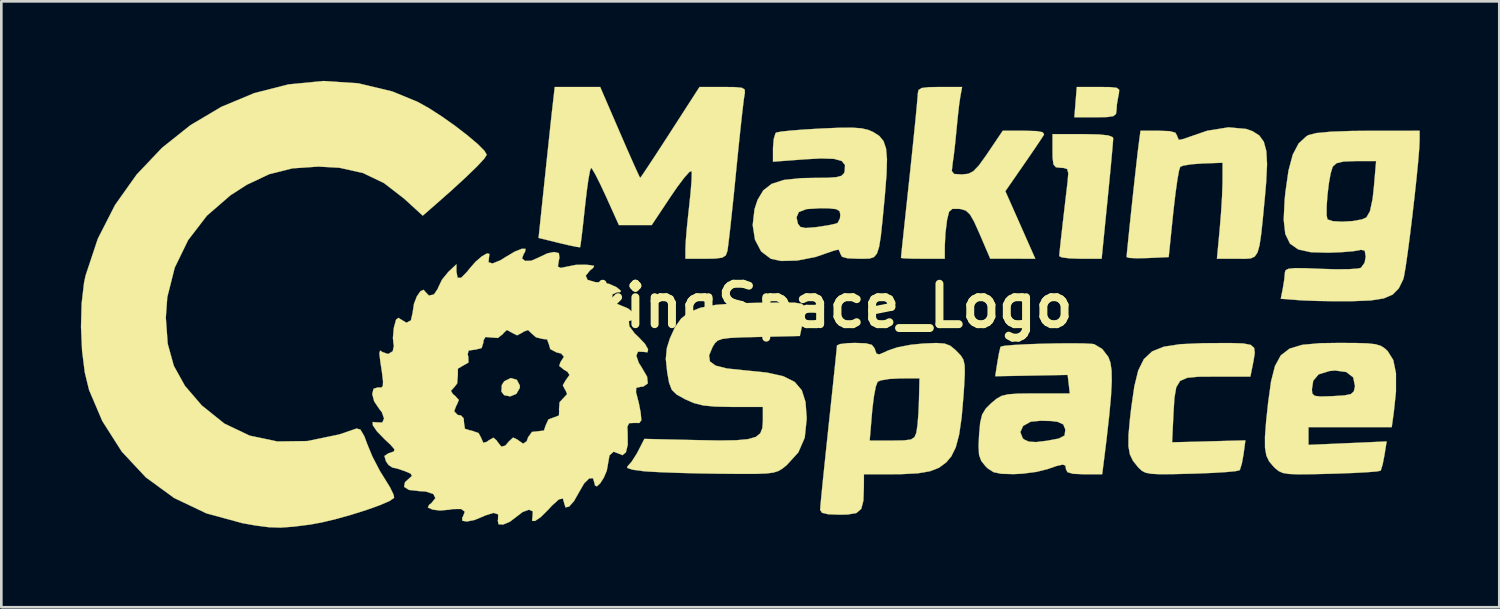
<source format=kicad_pcb>
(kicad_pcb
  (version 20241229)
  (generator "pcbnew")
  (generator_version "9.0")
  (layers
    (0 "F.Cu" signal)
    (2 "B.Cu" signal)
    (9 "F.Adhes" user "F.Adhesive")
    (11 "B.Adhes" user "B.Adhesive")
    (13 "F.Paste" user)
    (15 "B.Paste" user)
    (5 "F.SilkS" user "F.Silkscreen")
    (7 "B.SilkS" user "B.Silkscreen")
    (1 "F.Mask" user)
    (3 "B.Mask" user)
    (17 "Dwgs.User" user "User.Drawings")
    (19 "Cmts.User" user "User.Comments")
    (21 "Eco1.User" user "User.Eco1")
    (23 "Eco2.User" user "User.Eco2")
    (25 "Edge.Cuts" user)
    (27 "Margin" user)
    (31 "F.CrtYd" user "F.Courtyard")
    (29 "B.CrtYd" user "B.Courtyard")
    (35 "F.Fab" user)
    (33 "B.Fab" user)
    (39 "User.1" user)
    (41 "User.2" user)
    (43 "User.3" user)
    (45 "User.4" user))
  (footprint "CoMakingSpace_Logo"
    (layer "F.Cu")
    (at 25.338 8.485)
    (property "Reference" "CoMakingSpace_Logo" (at 0 0 0) (layer "F.SilkS") (effects (font (size 1.524 1.524) (thickness 0.3))))
    (attr through_hole)
    (fp_poly (pts (xy -8.898 2.787) (xy -8.785 3.003) (xy -8.788 3.096) (xy -8.914 3.315) (xy -9.145 3.413) (xy -9.374 3.368) (xy -9.479 3.238) (xy -9.465 2.985) (xy -9.374 2.843) (xy -9.125 2.721) (xy -8.898 2.787)) (stroke (width 0.01) (type solid)) (fill yes) (layer "F.SilkS"))
    (fp_poly (pts (xy 13.488 -8.25) (xy 13.728 -8.222) (xy 13.817 -8.15) (xy 13.808 -8.017) (xy 13.796 -7.969) (xy 13.731 -7.601) (xy 13.718 -7.398) (xy 13.697 -7.242) (xy 13.597 -7.156) (xy 13.362 -7.12) (xy 12.931 -7.112) (xy 12.921 -7.112) (xy 12.127 -7.112) (xy 12.172 -7.684) (xy 12.218 -8.255) (xy 13.045 -8.255) (xy 13.488 -8.25)) (stroke (width 0.01) (type solid)) (fill yes) (layer "F.SilkS"))
    (fp_poly (pts (xy 13.036 -6.466) (xy 13.402 -6.429) (xy 13.571 -6.363) (xy 13.591 -6.318) (xy 13.579 -6.145) (xy 13.546 -5.763) (xy 13.496 -5.218) (xy 13.432 -4.555) (xy 13.374 -3.969) (xy 13.155 -1.778) (xy 12.356 -1.778) (xy 11.943 -1.792) (xy 11.655 -1.83) (xy 11.557 -1.877) (xy 11.572 -2.057) (xy 11.617 -2.477) (xy 11.69 -3.125) (xy 11.79 -3.989) (xy 11.87 -4.667) (xy 11.898 -5.005) (xy 11.854 -5.161) (xy 11.705 -5.205) (xy 11.618 -5.207) (xy 11.431 -5.228) (xy 11.338 -5.334) (xy 11.306 -5.59) (xy 11.303 -5.842) (xy 11.303 -6.477) (xy 12.446 -6.477) (xy 13.036 -6.466)) (stroke (width 0.01) (type solid)) (fill yes) (layer "F.SilkS"))
    (fp_poly (pts (xy 18.499 1.417) (xy 18.775 1.471) (xy 18.907 1.585) (xy 18.93 1.78) (xy 18.882 2.078) (xy 18.844 2.27) (xy 18.764 2.667) (xy 17.443 2.667) (xy 16.807 2.671) (xy 16.379 2.712) (xy 16.114 2.83) (xy 15.969 3.07) (xy 15.9 3.472) (xy 15.863 4.079) (xy 15.858 4.192) (xy 15.812 5.144) (xy 17.194 5.108) (xy 18.576 5.072) (xy 18.506 5.595) (xy 18.444 5.941) (xy 18.374 6.168) (xy 18.354 6.199) (xy 18.203 6.233) (xy 17.848 6.267) (xy 17.336 6.298) (xy 16.717 6.323) (xy 16.534 6.328) (xy 15.837 6.345) (xy 15.349 6.348) (xy 15.022 6.332) (xy 14.811 6.29) (xy 14.669 6.216) (xy 14.552 6.106) (xy 14.524 6.077) (xy 14.339 5.845) (xy 14.221 5.601) (xy 14.166 5.295) (xy 14.168 4.873) (xy 14.221 4.284) (xy 14.275 3.822) (xy 14.389 3.033) (xy 14.535 2.437) (xy 14.747 2.008) (xy 15.059 1.717) (xy 15.506 1.538) (xy 16.122 1.444) (xy 16.942 1.408) (xy 17.367 1.404) (xy 18.042 1.402) (xy 18.499 1.417)) (stroke (width 0.01) (type solid)) (fill yes) (layer "F.SilkS"))
    (fp_poly (pts (xy 18.603 -6.673) (xy 18.845 -6.588) (xy 19.099 -6.427) (xy 19.27 -6.191) (xy 19.365 -5.841) (xy 19.393 -5.34) (xy 19.359 -4.649) (xy 19.316 -4.154) (xy 19.237 -3.324) (xy 19.173 -2.713) (xy 19.11 -2.287) (xy 19.034 -2.014) (xy 18.928 -1.86) (xy 18.779 -1.791) (xy 18.573 -1.775) (xy 18.293 -1.778) (xy 18.262 -1.778) (xy 17.503 -1.778) (xy 17.608 -2.889) (xy 17.658 -3.503) (xy 17.696 -4.12) (xy 17.714 -4.623) (xy 17.715 -4.699) (xy 17.716 -5.397) (xy 16.966 -5.371) (xy 16.547 -5.341) (xy 16.235 -5.29) (xy 16.119 -5.244) (xy 16.07 -5.086) (xy 16.007 -4.726) (xy 15.936 -4.215) (xy 15.865 -3.602) (xy 15.853 -3.493) (xy 15.684 -1.841) (xy 14.891 -1.804) (xy 14.48 -1.795) (xy 14.193 -1.81) (xy 14.097 -1.841) (xy 14.11 -2.003) (xy 14.146 -2.366) (xy 14.198 -2.875) (xy 14.261 -3.478) (xy 14.33 -4.124) (xy 14.399 -4.758) (xy 14.463 -5.328) (xy 14.514 -5.782) (xy 14.549 -6.064) (xy 14.621 -6.604) (xy 15.311 -6.604) (xy 15.723 -6.589) (xy 15.935 -6.532) (xy 16.001 -6.417) (xy 16.002 -6.4) (xy 16.066 -6.26) (xy 16.224 -6.29) (xy 17.135 -6.604) (xy 17.936 -6.733) (xy 18.603 -6.673)) (stroke (width 0.01) (type solid)) (fill yes) (layer "F.SilkS"))
    (fp_poly (pts (xy 22.727 1.4) (xy 23.182 1.413) (xy 23.485 1.447) (xy 23.685 1.508) (xy 23.835 1.605) (xy 23.945 1.709) (xy 24.153 2.043) (xy 24.255 2.542) (xy 24.255 3.229) (xy 24.176 3.983) (xy 24.095 4.572) (xy 20.955 4.572) (xy 20.955 5.242) (xy 22.429 5.177) (xy 23.903 5.112) (xy 23.82 5.631) (xy 23.754 5.971) (xy 23.688 6.189) (xy 23.671 6.217) (xy 23.526 6.244) (xy 23.175 6.272) (xy 22.664 6.3) (xy 22.041 6.323) (xy 21.78 6.331) (xy 21.065 6.348) (xy 20.559 6.352) (xy 20.215 6.338) (xy 19.989 6.3) (xy 19.834 6.231) (xy 19.704 6.126) (xy 19.63 6.052) (xy 19.47 5.863) (xy 19.367 5.643) (xy 19.316 5.347) (xy 19.315 4.93) (xy 19.359 4.348) (xy 19.435 3.64) (xy 19.503 3.149) (xy 21.084 3.149) (xy 21.099 3.308) (xy 21.187 3.391) (xy 21.406 3.418) (xy 21.813 3.406) (xy 21.876 3.403) (xy 22.31 3.376) (xy 22.552 3.326) (xy 22.664 3.227) (xy 22.706 3.051) (xy 22.709 3.025) (xy 22.643 2.697) (xy 22.38 2.494) (xy 21.953 2.436) (xy 21.742 2.458) (xy 21.337 2.583) (xy 21.134 2.822) (xy 21.084 3.149) (xy 19.503 3.149) (xy 19.544 2.85) (xy 19.691 2.27) (xy 19.911 1.867) (xy 20.243 1.611) (xy 20.723 1.468) (xy 21.39 1.407) (xy 22.069 1.397) (xy 22.727 1.4)) (stroke (width 0.01) (type solid)) (fill yes) (layer "F.SilkS"))
    (fp_poly (pts (xy 7.828 -7.906) (xy 7.783 -7.6) (xy 7.731 -7.144) (xy 7.684 -6.668) (xy 7.634 -6.149) (xy 7.579 -5.672) (xy 7.535 -5.366) (xy 7.505 -5.086) (xy 7.592 -4.975) (xy 7.863 -4.957) (xy 7.892 -4.957) (xy 8.125 -4.981) (xy 8.317 -5.078) (xy 8.523 -5.292) (xy 8.795 -5.669) (xy 8.872 -5.783) (xy 9.426 -6.604) (xy 10.245 -6.604) (xy 10.698 -6.592) (xy 10.933 -6.549) (xy 10.984 -6.47) (xy 10.973 -6.445) (xy 10.864 -6.276) (xy 10.648 -5.953) (xy 10.361 -5.534) (xy 10.203 -5.306) (xy 9.524 -4.325) (xy 10.089 -3.052) (xy 10.653 -1.778) (xy 9.803 -1.78) (xy 8.954 -1.781) (xy 8.56 -2.7) (xy 8.351 -3.168) (xy 8.19 -3.448) (xy 8.037 -3.592) (xy 7.849 -3.65) (xy 7.784 -3.658) (xy 7.531 -3.66) (xy 7.403 -3.552) (xy 7.331 -3.268) (xy 7.322 -3.213) (xy 7.265 -2.739) (xy 7.24 -2.264) (xy 7.24 -2.254) (xy 7.239 -1.778) (xy 6.413 -1.778) (xy 5.993 -1.782) (xy 5.696 -1.794) (xy 5.588 -1.81) (xy 5.601 -1.939) (xy 5.637 -2.286) (xy 5.693 -2.815) (xy 5.765 -3.49) (xy 5.849 -4.275) (xy 5.906 -4.802) (xy 5.996 -5.654) (xy 6.076 -6.431) (xy 6.143 -7.095) (xy 6.191 -7.606) (xy 6.219 -7.926) (xy 6.223 -8.008) (xy 6.25 -8.141) (xy 6.37 -8.216) (xy 6.636 -8.248) (xy 7.059 -8.255) (xy 7.894 -8.255) (xy 7.828 -7.906)) (stroke (width 0.01) (type solid)) (fill yes) (layer "F.SilkS"))
    (fp_poly (pts (xy -5.014 -6.54) (xy -4.752 -5.938) (xy -4.527 -5.428) (xy -4.357 -5.052) (xy -4.261 -4.849) (xy -4.247 -4.826) (xy -4.172 -4.927) (xy -3.985 -5.206) (xy -3.707 -5.627) (xy -3.363 -6.155) (xy -3.114 -6.54) (xy -2.008 -8.255) (xy -1.129 -8.255) (xy -0.669 -8.25) (xy -0.411 -8.224) (xy -0.305 -8.159) (xy -0.298 -8.036) (xy -0.311 -7.969) (xy -0.342 -7.76) (xy -0.392 -7.341) (xy -0.457 -6.754) (xy -0.532 -6.04) (xy -0.613 -5.243) (xy -0.635 -5.016) (xy -0.716 -4.204) (xy -0.794 -3.463) (xy -0.862 -2.837) (xy -0.917 -2.368) (xy -0.953 -2.097) (xy -0.959 -2.064) (xy -1.019 -1.904) (xy -1.154 -1.818) (xy -1.429 -1.783) (xy -1.78 -1.778) (xy -2.54 -1.778) (xy -2.54 -2.169) (xy -2.525 -2.469) (xy -2.486 -2.94) (xy -2.428 -3.498) (xy -2.4 -3.749) (xy -2.344 -4.283) (xy -2.309 -4.727) (xy -2.301 -5.016) (xy -2.309 -5.085) (xy -2.393 -5.049) (xy -2.584 -4.835) (xy -2.85 -4.482) (xy -3.085 -4.14) (xy -3.812 -3.048) (xy -5.049 -3.048) (xy -5.536 -4.128) (xy -5.755 -4.597) (xy -5.94 -4.963) (xy -6.066 -5.175) (xy -6.099 -5.207) (xy -6.141 -5.089) (xy -6.2 -4.767) (xy -6.266 -4.291) (xy -6.331 -3.721) (xy -6.394 -3.139) (xy -6.449 -2.659) (xy -6.491 -2.333) (xy -6.513 -2.21) (xy -6.64 -2.225) (xy -6.944 -2.288) (xy -7.309 -2.374) (xy -8.078 -2.563) (xy -7.856 -4.679) (xy -7.775 -5.449) (xy -7.696 -6.191) (xy -7.627 -6.84) (xy -7.573 -7.336) (xy -7.551 -7.525) (xy -7.468 -8.255) (xy -5.755 -8.255) (xy -5.014 -6.54)) (stroke (width 0.01) (type solid)) (fill yes) (layer "F.SilkS"))
    (fp_poly (pts (xy 12.485 1.416) (xy 12.798 1.433) (xy 12.877 1.446) (xy 13.177 1.624) (xy 13.409 1.926) (xy 13.487 2.14) (xy 13.53 2.438) (xy 13.537 2.85) (xy 13.508 3.406) (xy 13.441 4.135) (xy 13.336 5.067) (xy 13.252 5.747) (xy 13.175 6.35) (xy 12.493 6.35) (xy 12.077 6.332) (xy 11.866 6.27) (xy 11.811 6.16) (xy 11.79 6.024) (xy 11.689 5.984) (xy 11.455 6.038) (xy 11.113 6.156) (xy 10.693 6.26) (xy 10.165 6.328) (xy 9.833 6.344) (xy 9.373 6.332) (xy 9.079 6.27) (xy 8.864 6.133) (xy 8.77 6.04) (xy 8.613 5.841) (xy 8.533 5.619) (xy 8.514 5.293) (xy 8.533 4.88) (xy 8.543 4.76) (xy 10.088 4.76) (xy 10.18 4.993) (xy 10.232 5.039) (xy 10.414 5.12) (xy 10.684 5.136) (xy 11.1 5.085) (xy 11.533 5.004) (xy 11.757 4.889) (xy 11.787 4.663) (xy 11.708 4.469) (xy 11.496 4.372) (xy 11.252 4.341) (xy 10.849 4.332) (xy 10.508 4.364) (xy 10.472 4.372) (xy 10.195 4.526) (xy 10.088 4.76) (xy 8.543 4.76) (xy 8.575 4.404) (xy 8.65 4.096) (xy 8.789 3.869) (xy 8.994 3.666) (xy 9.194 3.5) (xy 9.384 3.394) (xy 9.627 3.335) (xy 9.986 3.309) (xy 10.522 3.302) (xy 10.678 3.302) (xy 11.955 3.302) (xy 11.915 2.953) (xy 11.874 2.603) (xy 10.509 2.628) (xy 9.143 2.653) (xy 9.225 2.12) (xy 9.285 1.78) (xy 9.337 1.565) (xy 9.35 1.536) (xy 9.497 1.504) (xy 9.839 1.474) (xy 10.321 1.448) (xy 10.883 1.428) (xy 11.47 1.415) (xy 12.023 1.411) (xy 12.485 1.416)) (stroke (width 0.01) (type solid)) (fill yes) (layer "F.SilkS"))
    (fp_poly (pts (xy 4.098 -6.696) (xy 4.351 -6.638) (xy 4.541 -6.556) (xy 4.772 -6.408) (xy 4.93 -6.214) (xy 5.025 -5.936) (xy 5.06 -5.533) (xy 5.044 -4.966) (xy 4.983 -4.195) (xy 4.965 -4.002) (xy 4.889 -3.203) (xy 4.827 -2.622) (xy 4.763 -2.225) (xy 4.683 -1.976) (xy 4.57 -1.841) (xy 4.411 -1.786) (xy 4.189 -1.777) (xy 3.987 -1.778) (xy 3.577 -1.794) (xy 3.367 -1.852) (xy 3.302 -1.967) (xy 3.302 -1.982) (xy 3.238 -2.122) (xy 3.08 -2.091) (xy 2.368 -1.845) (xy 1.674 -1.71) (xy 1.067 -1.694) (xy 0.68 -1.777) (xy 0.317 -2.051) (xy 0.084 -2.493) (xy -0.003 -3.045) (xy 0.03 -3.337) (xy 1.648 -3.337) (xy 1.703 -3.095) (xy 1.795 -2.977) (xy 1.991 -2.937) (xy 2.358 -2.966) (xy 2.44 -2.976) (xy 2.832 -3.037) (xy 3.117 -3.098) (xy 3.199 -3.127) (xy 3.285 -3.292) (xy 3.302 -3.436) (xy 3.272 -3.574) (xy 3.145 -3.649) (xy 2.862 -3.679) (xy 2.536 -3.683) (xy 2.025 -3.65) (xy 1.737 -3.54) (xy 1.648 -3.337) (xy 0.03 -3.337) (xy 0.066 -3.65) (xy 0.18 -3.996) (xy 0.394 -4.355) (xy 0.71 -4.6) (xy 1.17 -4.749) (xy 1.815 -4.817) (xy 2.265 -4.826) (xy 2.81 -4.831) (xy 3.153 -4.854) (xy 3.345 -4.906) (xy 3.436 -4.996) (xy 3.465 -5.075) (xy 3.478 -5.311) (xy 3.353 -5.465) (xy 3.061 -5.545) (xy 2.574 -5.561) (xy 1.969 -5.528) (xy 0.762 -5.437) (xy 0.762 -5.95) (xy 0.789 -6.29) (xy 0.856 -6.509) (xy 0.88 -6.535) (xy 1.047 -6.569) (xy 1.413 -6.609) (xy 1.927 -6.65) (xy 2.535 -6.686) (xy 2.566 -6.688) (xy 3.259 -6.717) (xy 3.751 -6.721) (xy 4.098 -6.696)) (stroke (width 0.01) (type solid)) (fill yes) (layer "F.SilkS"))
    (fp_poly (pts (xy 4.268 1.412) (xy 4.491 1.471) (xy 4.592 1.598) (xy 4.608 1.648) (xy 4.666 1.804) (xy 4.776 1.828) (xy 5.013 1.726) (xy 5.099 1.683) (xy 5.459 1.561) (xy 5.966 1.465) (xy 6.438 1.419) (xy 6.923 1.4) (xy 7.232 1.421) (xy 7.443 1.5) (xy 7.633 1.654) (xy 7.693 1.713) (xy 7.847 1.875) (xy 7.942 2.03) (xy 7.989 2.236) (xy 7.995 2.55) (xy 7.97 3.03) (xy 7.949 3.345) (xy 7.876 4.207) (xy 7.781 4.856) (xy 7.655 5.332) (xy 7.486 5.676) (xy 7.292 5.904) (xy 7.022 6.103) (xy 6.684 6.235) (xy 6.226 6.313) (xy 5.595 6.346) (xy 5.191 6.35) (xy 4.191 6.35) (xy 4.189 6.826) (xy 4.171 7.341) (xy 4.091 7.653) (xy 3.906 7.812) (xy 3.574 7.868) (xy 3.287 7.874) (xy 2.845 7.858) (xy 2.61 7.801) (xy 2.54 7.694) (xy 2.54 7.691) (xy 2.553 7.517) (xy 2.59 7.128) (xy 2.646 6.563) (xy 2.719 5.858) (xy 2.801 5.08) (xy 4.408 5.08) (xy 5.25 5.08) (xy 5.703 5.073) (xy 5.964 5.038) (xy 6.096 4.953) (xy 6.162 4.799) (xy 6.169 4.771) (xy 6.212 4.486) (xy 6.247 4.046) (xy 6.266 3.596) (xy 6.287 2.731) (xy 5.56 2.734) (xy 5.141 2.756) (xy 4.824 2.81) (xy 4.708 2.861) (xy 4.64 3.039) (xy 4.57 3.402) (xy 4.51 3.88) (xy 4.496 4.033) (xy 4.408 5.08) (xy 2.801 5.08) (xy 2.804 5.053) (xy 2.857 4.548) (xy 2.947 3.707) (xy 3.027 2.95) (xy 3.093 2.315) (xy 3.142 1.838) (xy 3.17 1.554) (xy 3.175 1.492) (xy 3.29 1.44) (xy 3.585 1.405) (xy 3.859 1.397) (xy 4.268 1.412)) (stroke (width 0.01) (type solid)) (fill yes) (layer "F.SilkS"))
    (fp_poly (pts (xy -14.884 -8.395) (xy -13.592 -8.086) (xy -12.636 -7.692) (xy -12.21 -7.454) (xy -11.725 -7.141) (xy -11.227 -6.789) (xy -10.763 -6.432) (xy -10.378 -6.107) (xy -10.12 -5.848) (xy -10.033 -5.699) (xy -10.127 -5.552) (xy -10.392 -5.266) (xy -10.806 -4.865) (xy -11.344 -4.37) (xy -11.97 -3.817) (xy -12.446 -3.403) (xy -13.145 -4.042) (xy -13.904 -4.629) (xy -14.697 -5.01) (xy -15.588 -5.209) (xy -16.383 -5.253) (xy -17.363 -5.186) (xy -18.235 -4.967) (xy -19.083 -4.567) (xy -19.694 -4.174) (xy -20.587 -3.401) (xy -21.295 -2.479) (xy -21.799 -1.443) (xy -22.08 -0.328) (xy -22.135 0.445) (xy -22.064 1.429) (xy -21.833 2.263) (xy -21.415 3.015) (xy -20.783 3.751) (xy -20.776 3.758) (xy -19.924 4.441) (xy -18.974 4.893) (xy -17.931 5.113) (xy -16.804 5.098) (xy -15.598 4.849) (xy -14.94 4.625) (xy -14.797 4.665) (xy -14.65 4.914) (xy -14.543 5.203) (xy -14.341 5.691) (xy -14.063 6.224) (xy -13.895 6.494) (xy -13.677 6.848) (xy -13.545 7.122) (xy -13.526 7.239) (xy -13.697 7.357) (xy -14.058 7.513) (xy -14.554 7.691) (xy -15.126 7.872) (xy -15.718 8.037) (xy -16.273 8.17) (xy -16.69 8.246) (xy -17.323 8.326) (xy -17.807 8.361) (xy -18.246 8.347) (xy -18.74 8.283) (xy -19.241 8.195) (xy -20.603 7.824) (xy -21.822 7.244) (xy -22.89 6.465) (xy -23.796 5.495) (xy -24.53 4.342) (xy -25.028 3.175) (xy -25.19 2.512) (xy -25.293 1.688) (xy -25.333 0.791) (xy -25.309 -0.092) (xy -25.218 -0.874) (xy -25.161 -1.143) (xy -24.699 -2.532) (xy -24.049 -3.806) (xy -23.235 -4.952) (xy -22.279 -5.96) (xy -21.206 -6.815) (xy -20.038 -7.507) (xy -18.798 -8.024) (xy -17.51 -8.352) (xy -16.198 -8.48) (xy -14.884 -8.395)) (stroke (width 0.01) (type solid)) (fill yes) (layer "F.SilkS"))
    (fp_poly (pts (xy 1.58 -0.12) (xy 1.842 -0.08) (xy 1.96 0.021) (xy 1.972 0.207) (xy 1.913 0.501) (xy 1.848 0.79) (xy 1.775 1.135) (xy 0.225 1.171) (xy -0.424 1.187) (xy -0.867 1.209) (xy -1.15 1.246) (xy -1.322 1.308) (xy -1.428 1.407) (xy -1.518 1.551) (xy -1.519 1.555) (xy -1.649 1.868) (xy -1.617 2.096) (xy -1.4 2.254) (xy -0.977 2.36) (xy -0.324 2.429) (xy -0.303 2.43) (xy 0.535 2.516) (xy 1.153 2.654) (xy 1.58 2.868) (xy 1.848 3.182) (xy 1.988 3.622) (xy 2.032 4.211) (xy 2.032 4.269) (xy 1.959 4.969) (xy 1.718 5.524) (xy 1.28 6.004) (xy 1.265 6.017) (xy 1.113 6.139) (xy 0.966 6.227) (xy 0.781 6.285) (xy 0.514 6.319) (xy 0.124 6.334) (xy -0.432 6.336) (xy -1.198 6.329) (xy -1.248 6.329) (xy -2.024 6.317) (xy -2.774 6.298) (xy -3.434 6.274) (xy -3.939 6.248) (xy -4.128 6.233) (xy -4.53 6.178) (xy -4.733 6.111) (xy -4.73 6.056) (xy -4.573 5.883) (xy -4.38 5.58) (xy -4.329 5.485) (xy -4.089 5.016) (xy -2.124 5.061) (xy -1.266 5.076) (xy -0.629 5.067) (xy -0.18 5.026) (xy 0.113 4.942) (xy 0.282 4.807) (xy 0.361 4.61) (xy 0.381 4.341) (xy 0.381 4.314) (xy 0.381 3.81) (xy -0.799 3.81) (xy -1.421 3.798) (xy -1.869 3.754) (xy -2.222 3.665) (xy -2.545 3.524) (xy -2.869 3.345) (xy -3.053 3.168) (xy -3.155 2.904) (xy -3.226 2.514) (xy -3.28 1.999) (xy -3.24 1.588) (xy -3.128 1.232) (xy -2.935 0.804) (xy -2.7 0.476) (xy -2.389 0.235) (xy -1.967 0.068) (xy -1.402 -0.038) (xy -0.657 -0.096) (xy 0.301 -0.118) (xy 0.479 -0.119) (xy 1.138 -0.126) (xy 1.58 -0.12)) (stroke (width 0.01) (type solid)) (fill yes) (layer "F.SilkS"))
    (fp_poly (pts (xy 25.146 -6.239) (xy 25.131 -5.921) (xy 25.09 -5.424) (xy 25.028 -4.798) (xy 24.952 -4.093) (xy 24.867 -3.359) (xy 24.78 -2.644) (xy 24.695 -2) (xy 24.62 -1.476) (xy 24.559 -1.121) (xy 24.529 -1.003) (xy 24.361 -0.661) (xy 24.131 -0.427) (xy 23.793 -0.282) (xy 23.3 -0.205) (xy 22.604 -0.177) (xy 22.561 -0.177) (xy 21.922 -0.176) (xy 21.293 -0.186) (xy 20.773 -0.205) (xy 20.591 -0.216) (xy 19.91 -0.268) (xy 19.988 -0.658) (xy 20.044 -1.005) (xy 20.066 -1.254) (xy 20.093 -1.345) (xy 20.204 -1.4) (xy 20.442 -1.424) (xy 20.85 -1.42) (xy 21.409 -1.397) (xy 21.982 -1.38) (xy 22.471 -1.384) (xy 22.812 -1.407) (xy 22.934 -1.435) (xy 23.072 -1.629) (xy 23.114 -1.856) (xy 23.077 -2.084) (xy 22.931 -2.116) (xy 22.875 -2.1) (xy 22.634 -2.06) (xy 22.224 -2.027) (xy 21.732 -2.007) (xy 21.7 -2.006) (xy 21.046 -2.024) (xy 20.572 -2.128) (xy 20.258 -2.347) (xy 20.081 -2.712) (xy 20.021 -3.252) (xy 20.029 -3.411) (xy 21.64 -3.411) (xy 21.673 -3.261) (xy 21.874 -3.194) (xy 22.222 -3.175) (xy 22.619 -3.198) (xy 22.965 -3.26) (xy 23.139 -3.334) (xy 23.274 -3.569) (xy 23.374 -4.038) (xy 23.422 -4.477) (xy 23.506 -5.461) (xy 22.743 -5.461) (xy 22.283 -5.444) (xy 22.015 -5.381) (xy 21.876 -5.258) (xy 21.866 -5.239) (xy 21.791 -4.995) (xy 21.723 -4.611) (xy 21.67 -4.166) (xy 21.64 -3.74) (xy 21.64 -3.411) (xy 20.029 -3.411) (xy 20.057 -3.998) (xy 20.085 -4.284) (xy 20.202 -5.103) (xy 20.363 -5.705) (xy 20.583 -6.124) (xy 20.875 -6.394) (xy 20.962 -6.443) (xy 21.258 -6.518) (xy 21.805 -6.569) (xy 22.597 -6.597) (xy 23.209 -6.602) (xy 25.146 -6.604) (xy 25.146 -6.239)) (stroke (width 0.01) (type solid)) (fill yes) (layer "F.SilkS"))
    (fp_poly (pts (xy -8.568 -2.149) (xy -8.592 -2.027) (xy -8.635 -1.97) (xy -8.702 -1.791) (xy -8.589 -1.696) (xy -8.358 -1.701) (xy -8.076 -1.823) (xy -8.068 -1.828) (xy -7.748 -1.98) (xy -7.495 -2.032) (xy -7.313 -1.99) (xy -7.292 -1.815) (xy -7.315 -1.708) (xy -7.35 -1.482) (xy -7.245 -1.431) (xy -7.06 -1.469) (xy -6.669 -1.547) (xy -6.317 -1.553) (xy -6.16 -1.54) (xy -5.984 -1.51) (xy -6.023 -1.43) (xy -6.14 -1.338) (xy -6.301 -1.136) (xy -6.229 -0.98) (xy -5.946 -0.896) (xy -5.795 -0.889) (xy -5.424 -0.832) (xy -5.136 -0.703) (xy -4.97 -0.564) (xy -5.007 -0.518) (xy -5.121 -0.512) (xy -5.293 -0.434) (xy -5.305 -0.267) (xy -5.181 -0.099) (xy -4.997 -0.025) (xy -4.702 0.098) (xy -4.502 0.261) (xy -4.357 0.441) (xy -4.388 0.502) (xy -4.489 0.508) (xy -4.673 0.577) (xy -4.659 0.764) (xy -4.456 1.036) (xy -4.318 1.167) (xy -4.069 1.427) (xy -3.948 1.638) (xy -3.971 1.751) (xy -4.123 1.734) (xy -4.33 1.725) (xy -4.392 1.88) (xy -4.3 2.148) (xy -4.206 2.293) (xy -3.986 2.669) (xy -3.96 2.925) (xy -4.13 3.043) (xy -4.206 3.048) (xy -4.396 3.09) (xy -4.404 3.263) (xy -4.383 3.334) (xy -4.297 3.669) (xy -4.227 4.033) (xy -4.203 4.313) (xy -4.28 4.416) (xy -4.461 4.414) (xy -4.663 4.422) (xy -4.73 4.555) (xy -4.72 4.792) (xy -4.715 5.232) (xy -4.785 5.524) (xy -4.916 5.63) (xy -5.022 5.584) (xy -5.247 5.498) (xy -5.404 5.636) (xy -5.461 5.962) (xy -5.506 6.213) (xy -5.616 6.474) (xy -5.754 6.691) (xy -5.88 6.806) (xy -5.956 6.766) (xy -5.965 6.699) (xy -6.025 6.5) (xy -6.168 6.504) (xy -6.359 6.693) (xy -6.544 7.011) (xy -6.743 7.363) (xy -6.927 7.568) (xy -7.062 7.599) (xy -7.112 7.44) (xy -7.159 7.265) (xy -7.308 7.294) (xy -7.572 7.53) (xy -7.713 7.684) (xy -7.996 7.965) (xy -8.213 8.111) (xy -8.325 8.104) (xy -8.306 7.95) (xy -8.297 7.747) (xy -8.44 7.686) (xy -8.679 7.772) (xy -8.876 7.924) (xy -9.158 8.138) (xy -9.415 8.246) (xy -9.588 8.235) (xy -9.616 8.094) (xy -9.608 8.069) (xy -9.602 7.863) (xy -9.775 7.805) (xy -10.092 7.904) (xy -10.15 7.932) (xy -10.496 8.075) (xy -10.783 8.131) (xy -10.955 8.102) (xy -10.957 7.984) (xy -10.931 7.949) (xy -10.86 7.76) (xy -10.999 7.659) (xy -11.318 7.662) (xy -11.43 7.684) (xy -11.796 7.717) (xy -12.071 7.682) (xy -12.254 7.603) (xy -12.207 7.505) (xy -12.118 7.437) (xy -11.969 7.248) (xy -12.048 7.094) (xy -12.33 7.001) (xy -12.573 6.985) (xy -12.964 6.941) (xy -13.151 6.822) (xy -13.115 6.649) (xy -12.998 6.542) (xy -12.854 6.413) (xy -12.902 6.326) (xy -13.121 6.232) (xy -13.413 6.134) (xy -13.593 6.096) (xy -13.738 5.997) (xy -13.835 5.856) (xy -13.89 5.66) (xy -13.738 5.558) (xy -13.684 5.543) (xy -13.531 5.488) (xy -13.517 5.403) (xy -13.66 5.238) (xy -13.877 5.035) (xy -14.172 4.732) (xy -14.329 4.502) (xy -14.333 4.378) (xy -14.173 4.394) (xy -13.971 4.397) (xy -13.905 4.247) (xy -13.987 4.011) (xy -14.084 3.888) (xy -14.278 3.599) (xy -14.351 3.322) (xy -14.32 3.205) (xy -11.384 3.205) (xy -11.305 3.331) (xy -11.232 3.387) (xy -11.085 3.547) (xy -11.155 3.72) (xy -11.175 3.746) (xy -11.263 3.973) (xy -11.128 4.113) (xy -11.007 4.131) (xy -10.903 4.239) (xy -10.889 4.417) (xy -10.856 4.634) (xy -10.651 4.699) (xy -10.618 4.699) (xy -10.341 4.795) (xy -10.245 4.974) (xy -10.165 5.162) (xy -10.031 5.128) (xy -9.964 5.075) (xy -9.783 4.971) (xy -9.66 5.073) (xy -9.633 5.118) (xy -9.484 5.308) (xy -9.333 5.27) (xy -9.198 5.112) (xy -9.039 4.966) (xy -8.883 5.039) (xy -8.873 5.048) (xy -8.661 5.195) (xy -8.526 5.106) (xy -8.472 4.952) (xy -8.326 4.753) (xy -8.108 4.73) (xy -7.875 4.7) (xy -7.811 4.509) (xy -7.811 4.508) (xy -7.707 4.282) (xy -7.519 4.213) (xy -7.309 4.133) (xy -7.302 3.941) (xy -7.308 3.918) (xy -7.286 3.632) (xy -7.155 3.492) (xy -7.002 3.328) (xy -7.064 3.175) (xy -7.079 3.16) (xy -7.164 2.993) (xy -7.048 2.794) (xy -7.036 2.78) (xy -6.912 2.604) (xy -6.988 2.485) (xy -7.115 2.411) (xy -7.299 2.264) (xy -7.253 2.122) (xy -7.253 2.122) (xy -7.121 1.918) (xy -7.228 1.795) (xy -7.398 1.755) (xy -7.637 1.629) (xy -7.684 1.46) (xy -7.756 1.264) (xy -7.917 1.247) (xy -8.174 1.186) (xy -8.316 1.061) (xy -8.476 0.91) (xy -8.646 0.973) (xy -8.686 1.005) (xy -8.888 1.11) (xy -9.088 1.01) (xy -9.093 1.006) (xy -9.272 0.907) (xy -9.399 1.023) (xy -9.417 1.054) (xy -9.611 1.209) (xy -9.849 1.193) (xy -10.081 1.172) (xy -10.157 1.306) (xy -10.16 1.383) (xy -10.226 1.589) (xy -10.464 1.651) (xy -10.486 1.651) (xy -10.716 1.685) (xy -10.752 1.825) (xy -10.729 1.914) (xy -10.722 2.137) (xy -10.92 2.249) (xy -11.121 2.366) (xy -11.123 2.606) (xy -11.123 2.606) (xy -11.149 2.926) (xy -11.252 3.059) (xy -11.384 3.205) (xy -14.32 3.205) (xy -14.299 3.124) (xy -14.129 3.074) (xy -14.012 3.082) (xy -13.951 3.023) (xy -13.943 2.849) (xy -13.983 2.511) (xy -14.046 2.095) (xy -14.082 1.786) (xy -14.052 1.686) (xy -13.961 1.743) (xy -13.753 1.816) (xy -13.578 1.711) (xy -13.533 1.497) (xy -13.547 1.45) (xy -13.571 1.209) (xy -13.54 0.859) (xy -13.531 0.808) (xy -13.452 0.517) (xy -13.358 0.451) (xy -13.301 0.491) (xy -13.06 0.636) (xy -12.892 0.546) (xy -12.823 0.238) (xy -12.823 0.222) (xy -12.776 -0.08) (xy -12.667 -0.36) (xy -12.532 -0.555) (xy -12.41 -0.606) (xy -12.357 -0.54) (xy -12.212 -0.389) (xy -12.024 -0.432) (xy -11.878 -0.645) (xy -11.866 -0.686) (xy -11.718 -0.992) (xy -11.483 -1.28) (xy -11.176 -1.568) (xy -11.176 -1.292) (xy -11.132 -1.06) (xy -10.997 -1.06) (xy -10.768 -1.293) (xy -10.691 -1.393) (xy -10.457 -1.662) (xy -10.219 -1.867) (xy -10.027 -1.977) (xy -9.93 -1.96) (xy -9.945 -1.86) (xy -9.966 -1.647) (xy -9.816 -1.599) (xy -9.52 -1.718) (xy -9.326 -1.839) (xy -8.976 -2.047) (xy -8.709 -2.153) (xy -8.568 -2.149)) (stroke (width 0.01) (type solid)) (fill yes) (layer "F.SilkS")))
  (gr_rect
    (start -3 -3)
    (end 53.489 19.85)
    (stroke (width 0.1) (type default))
    (fill no)
    (layer "Edge.Cuts")))
</source>
